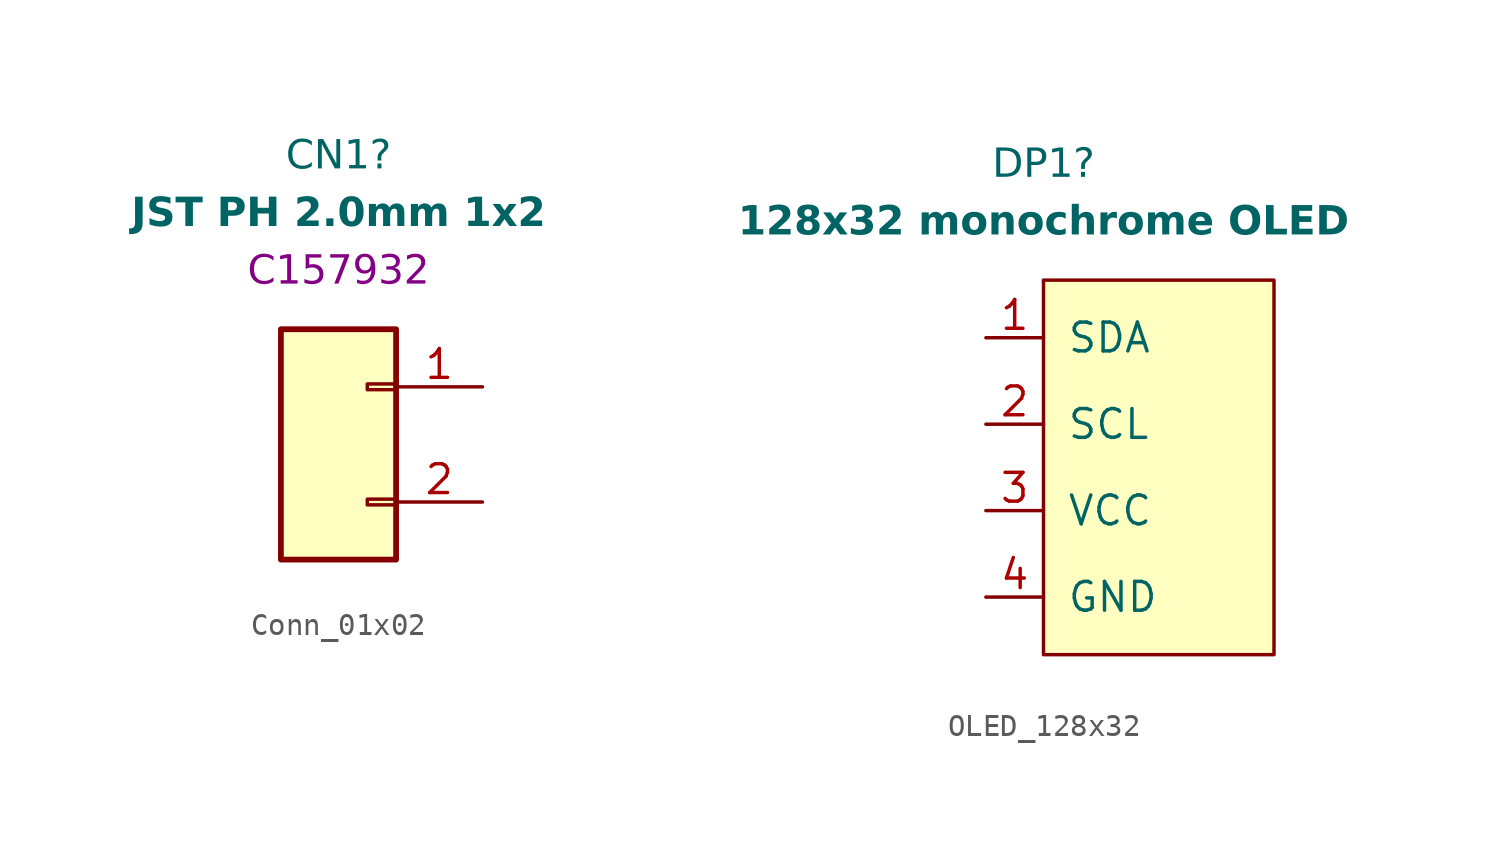
<source format=kicad_sym>
(kicad_symbol_lib
  (version 20231120)
  (generator "kicad_symbol_editor")
  (generator_version "8.0")
  (symbol "Conn_01x02"
    (pin_names
      (offset 1.016) hide)
    (property "Reference" "CN1"
      (at 0 12.7 0)
      (effects (font (face "Lexend") (size 1.27 1.27))))
    (property "Value" "JST PH 2.0mm 1x2"
      (at 0 10.16 0)
      (effects (font (face "Lexend") (size 1.27 1.27) (thickness 0.254) (bold yes))))
    (property "LCSC" "C157932"
      (at 0 7.62 0)
      (effects (font (face "Lexend") (size 1.27 1.27))))
    (symbol "Conn_01x02_1_1"
      (rectangle (start -2.54 5.08) (end 2.54 -5.08) (stroke (width 0.254) (type default)) (fill (type background)))
      (rectangle (start 2.54 -2.413) (end 1.27 -2.667) (stroke (width 0.152) (type default)) (fill (type none)))
      (rectangle (start 2.54 2.667) (end 1.27 2.413) (stroke (width 0.152) (type default)) (fill (type none)))
      (pin passive line (at 6.35 2.54 180) (length 3.81) (name "Pin_1" (effects (font (size 1.27 1.27)))) (number "1" (effects (font (size 1.27 1.27)))))
      (pin free line (at 0 2.54 0) (length 3.81) hide (name "" (effects (font (size 1.27 1.27)))) (number "11" (effects (font (size 1.27 1.27)))))
      (pin free line (at 0 -2.54 0) (length 3.81) hide (name "" (effects (font (size 1.27 1.27)))) (number "12" (effects (font (size 1.27 1.27)))))
      (pin passive line (at 6.35 -2.54 180) (length 3.81) (name "Pin_2" (effects (font (size 1.27 1.27)))) (number "2" (effects (font (size 1.27 1.27)))))))
  (symbol "OLED_128x32"
    (pin_names
      (offset 1.016))
    (property "Reference" "DP1"
      (at 0 12.7 0)
      (effects (font (face "Lexend") (size 1.27 1.27))))
    (property "Value" "128x32 monochrome OLED"
      (at 0 10.16 0)
      (effects (font (face "Lexend") (size 1.27 1.27) (thickness 0.254) (bold yes))))
    (symbol "OLED_128x32_0_1"
      (rectangle (start 0 7.62) (end 10.16 -8.89) (stroke (width 0) (type default)) (fill (type background))))
    (symbol "OLED_128x32_1_1"
      (pin bidirectional line (at -2.54 5.08 0) (length 2.54) (name "SDA" (effects (font (size 1.27 1.27)))) (number "1" (effects (font (size 1.27 1.27)))))
      (pin input line (at -2.54 1.27 0) (length 2.54) (name "SCL" (effects (font (size 1.27 1.27)))) (number "2" (effects (font (size 1.27 1.27)))))
      (pin free line (at 5.08 5.08 180) (length 5.08) hide (name "" (effects (font (size 1.27 1.27)))) (number "21" (effects (font (size 1.27 1.27)))))
      (pin free line (at 5.08 1.27 180) (length 5.08) hide (name "" (effects (font (size 1.27 1.27)))) (number "22" (effects (font (size 1.27 1.27)))))
      (pin free line (at 5.08 -3.81 180) (length 5.08) hide (name "" (effects (font (size 1.27 1.27)))) (number "23" (effects (font (size 1.27 1.27)))))
      (pin free line (at 5.08 -7.62 180) (length 5.08) hide (name "" (effects (font (size 1.27 1.27)))) (number "24" (effects (font (size 1.27 1.27)))))
      (pin power_in line (at -2.54 -2.54 0) (length 2.54) (name "VCC" (effects (font (size 1.27 1.27)))) (number "3" (effects (font (size 1.27 1.27)))))
      (pin power_in line (at -2.54 -6.35 0) (length 2.54) (name "GND" (effects (font (size 1.27 1.27)))) (number "4" (effects (font (size 1.27 1.27))))))))
</source>
